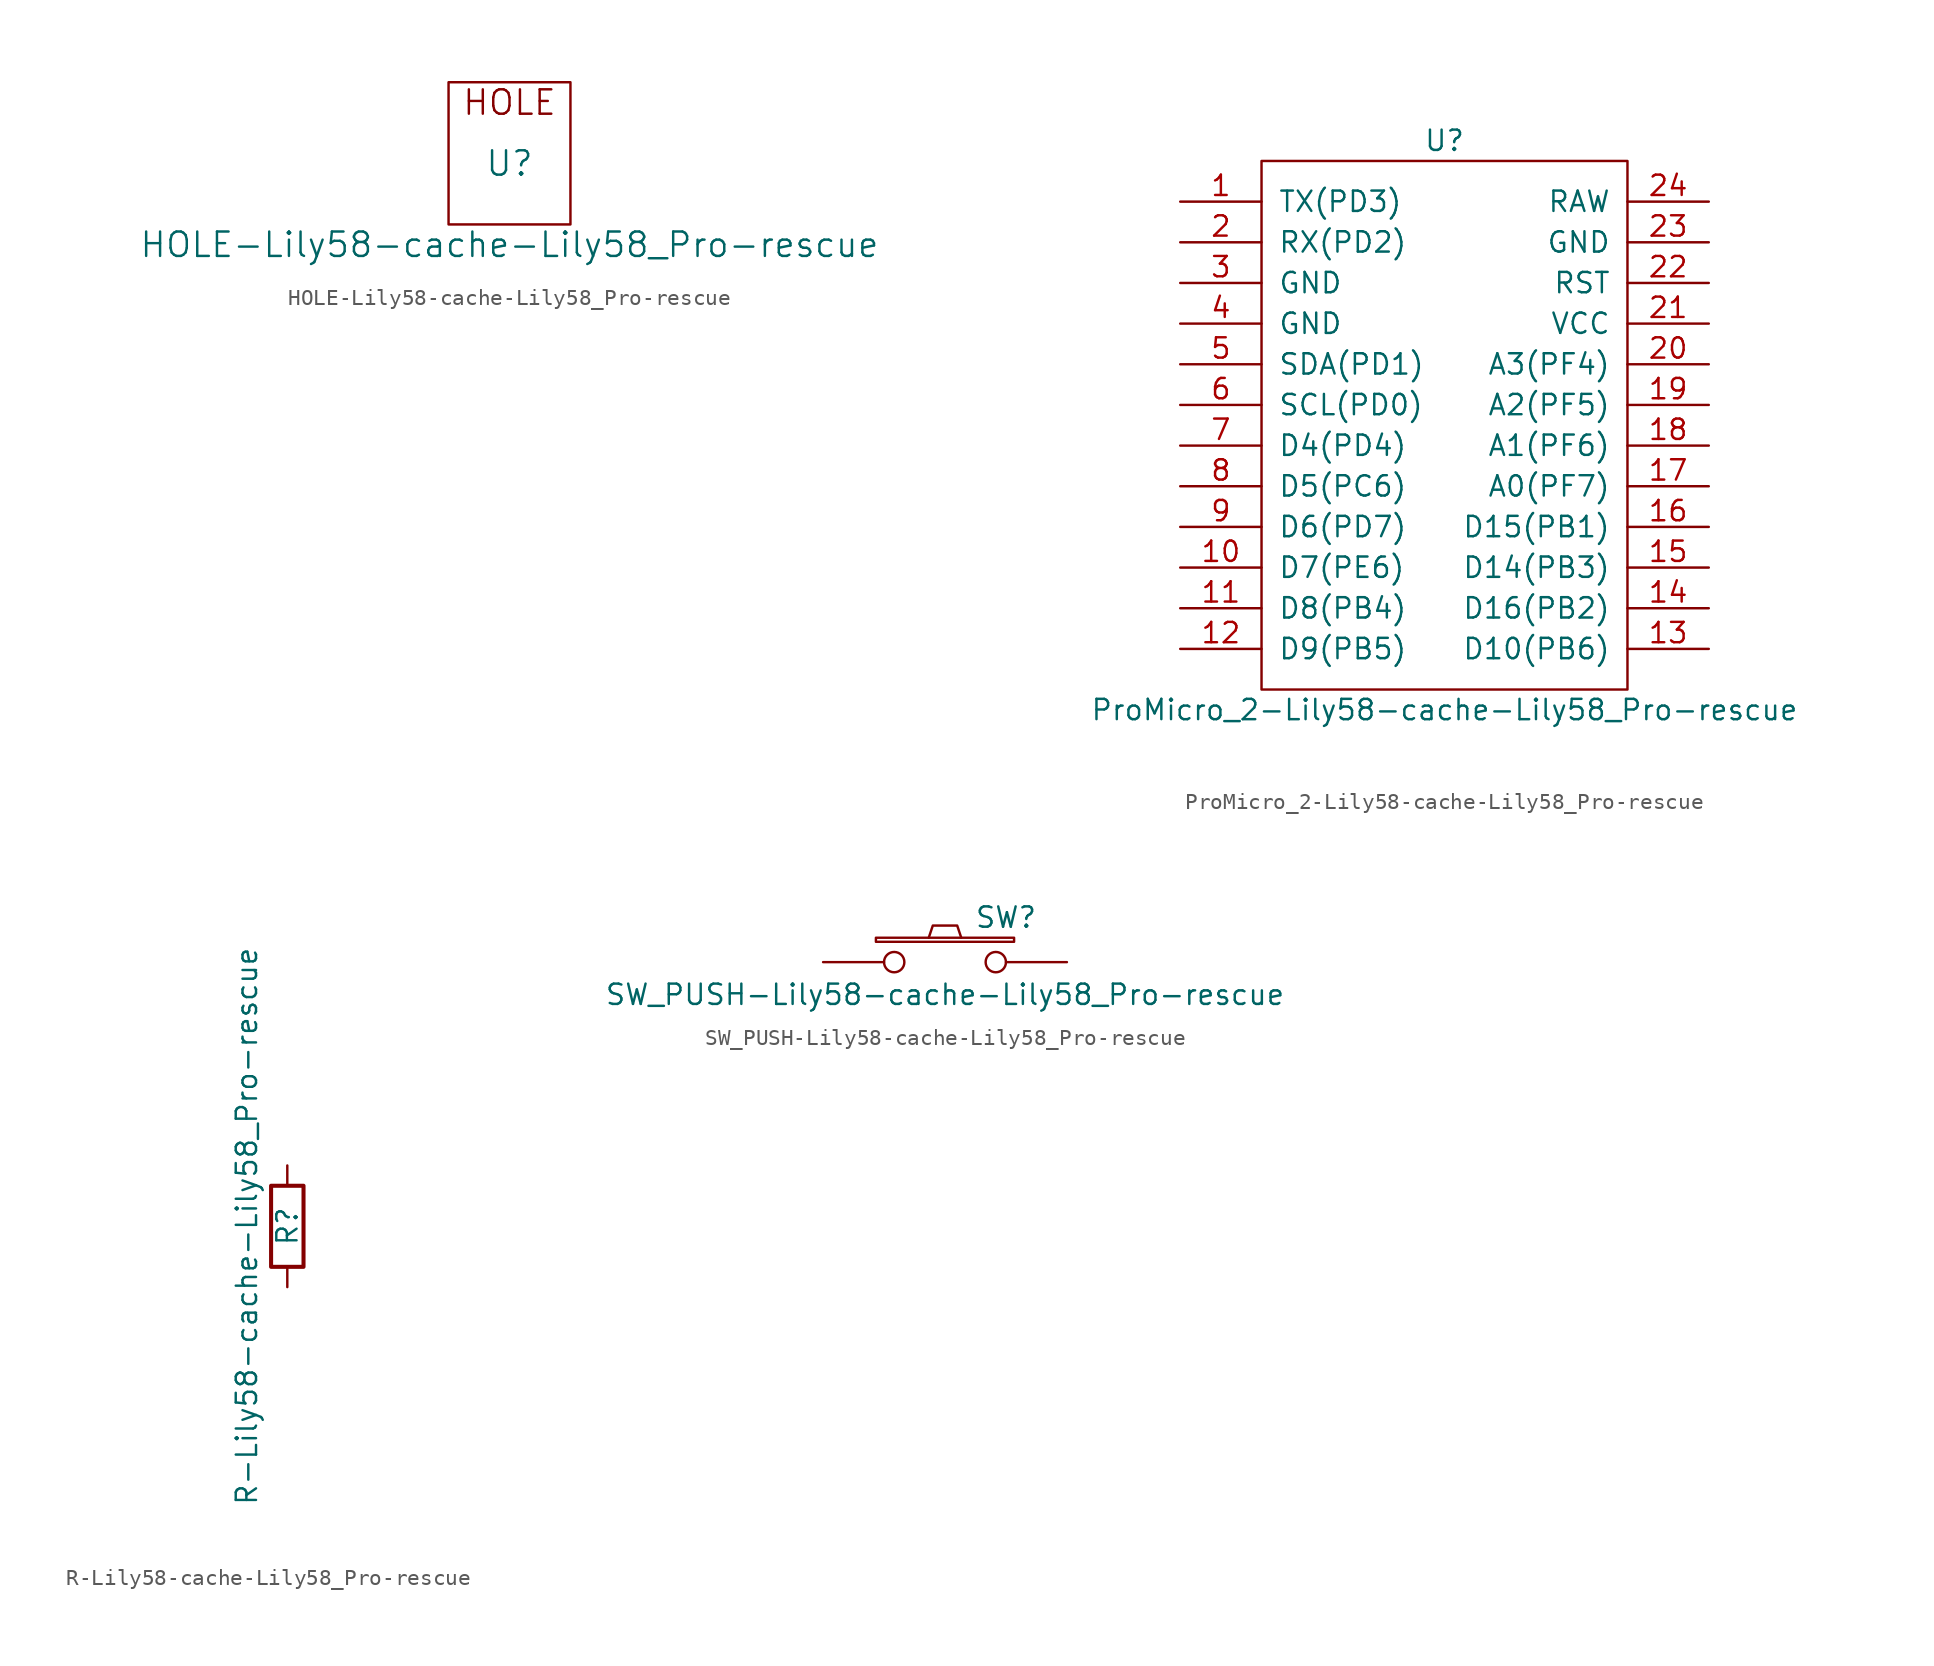
<source format=kicad_sym>
(kicad_symbol_lib
  (version 20220914)
  (generator kicad_symbol_editor)
  (symbol "HOLE-Lily58-cache-Lily58_Pro-rescue"
    (pin_names
      (offset 1.016))
    (property "Reference" "U"
      (at 0 0 0)
      (effects (font (size 1.524 1.524))))
    (property "Value" "HOLE-Lily58-cache-Lily58_Pro-rescue"
      (at 0 -5.08 0)
      (effects (font (size 1.524 1.524))))
    (property "Footprint" ""
      (at 0 0 0)
      (effects (font (size 1.524 1.524))))
    (property "Datasheet" ""
      (at 0 0 0)
      (effects (font (size 1.524 1.524))))
    (symbol "HOLE-Lily58-cache-Lily58_Pro-rescue_0_0"
      (text "HOLE" (at 0 3.81 0) (effects (font (size 1.524 1.524)))))
    (symbol "HOLE-Lily58-cache-Lily58_Pro-rescue_0_1"
      (rectangle (start 3.81 5.08) (end -3.81 -3.81) (stroke (width 0) (type default)) (fill (type none)))))
  (symbol "ProMicro_2-Lily58-cache-Lily58_Pro-rescue"
    (pin_names
      (offset 1.016))
    (property "Reference" "U"
      (at 0 17.78 0)
      (effects (font (size 1.27 1.27))))
    (property "Value" "ProMicro_2-Lily58-cache-Lily58_Pro-rescue"
      (at 0 -17.78 0)
      (effects (font (size 1.27 1.27))))
    (symbol "ProMicro_2-Lily58-cache-Lily58_Pro-rescue_0_1"
      (rectangle (start -11.43 16.51) (end 11.43 -16.51) (stroke (width 0) (type default)) (fill (type none))))
    (symbol "ProMicro_2-Lily58-cache-Lily58_Pro-rescue_1_1"
      (pin input line (at -16.51 13.97 0) (length 5.08) (name "TX(PD3)" (effects (font (size 1.27 1.27)))) (number "1" (effects (font (size 1.27 1.27)))))
      (pin input line (at -16.51 -8.89 0) (length 5.08) (name "D7(PE6)" (effects (font (size 1.27 1.27)))) (number "10" (effects (font (size 1.27 1.27)))))
      (pin input line (at -16.51 -11.43 0) (length 5.08) (name "D8(PB4)" (effects (font (size 1.27 1.27)))) (number "11" (effects (font (size 1.27 1.27)))))
      (pin input line (at -16.51 -13.97 0) (length 5.08) (name "D9(PB5)" (effects (font (size 1.27 1.27)))) (number "12" (effects (font (size 1.27 1.27)))))
      (pin input line (at 16.51 -13.97 180) (length 5.08) (name "D10(PB6)" (effects (font (size 1.27 1.27)))) (number "13" (effects (font (size 1.27 1.27)))))
      (pin input line (at 16.51 -11.43 180) (length 5.08) (name "D16(PB2)" (effects (font (size 1.27 1.27)))) (number "14" (effects (font (size 1.27 1.27)))))
      (pin input line (at 16.51 -8.89 180) (length 5.08) (name "D14(PB3)" (effects (font (size 1.27 1.27)))) (number "15" (effects (font (size 1.27 1.27)))))
      (pin input line (at 16.51 -6.35 180) (length 5.08) (name "D15(PB1)" (effects (font (size 1.27 1.27)))) (number "16" (effects (font (size 1.27 1.27)))))
      (pin input line (at 16.51 -3.81 180) (length 5.08) (name "A0(PF7)" (effects (font (size 1.27 1.27)))) (number "17" (effects (font (size 1.27 1.27)))))
      (pin input line (at 16.51 -1.27 180) (length 5.08) (name "A1(PF6)" (effects (font (size 1.27 1.27)))) (number "18" (effects (font (size 1.27 1.27)))))
      (pin input line (at 16.51 1.27 180) (length 5.08) (name "A2(PF5)" (effects (font (size 1.27 1.27)))) (number "19" (effects (font (size 1.27 1.27)))))
      (pin input line (at -16.51 11.43 0) (length 5.08) (name "RX(PD2)" (effects (font (size 1.27 1.27)))) (number "2" (effects (font (size 1.27 1.27)))))
      (pin input line (at 16.51 3.81 180) (length 5.08) (name "A3(PF4)" (effects (font (size 1.27 1.27)))) (number "20" (effects (font (size 1.27 1.27)))))
      (pin input line (at 16.51 6.35 180) (length 5.08) (name "VCC" (effects (font (size 1.27 1.27)))) (number "21" (effects (font (size 1.27 1.27)))))
      (pin input line (at 16.51 8.89 180) (length 5.08) (name "RST" (effects (font (size 1.27 1.27)))) (number "22" (effects (font (size 1.27 1.27)))))
      (pin input line (at 16.51 11.43 180) (length 5.08) (name "GND" (effects (font (size 1.27 1.27)))) (number "23" (effects (font (size 1.27 1.27)))))
      (pin input line (at 16.51 13.97 180) (length 5.08) (name "RAW" (effects (font (size 1.27 1.27)))) (number "24" (effects (font (size 1.27 1.27)))))
      (pin input line (at -16.51 8.89 0) (length 5.08) (name "GND" (effects (font (size 1.27 1.27)))) (number "3" (effects (font (size 1.27 1.27)))))
      (pin input line (at -16.51 6.35 0) (length 5.08) (name "GND" (effects (font (size 1.27 1.27)))) (number "4" (effects (font (size 1.27 1.27)))))
      (pin input line (at -16.51 3.81 0) (length 5.08) (name "SDA(PD1)" (effects (font (size 1.27 1.27)))) (number "5" (effects (font (size 1.27 1.27)))))
      (pin input line (at -16.51 1.27 0) (length 5.08) (name "SCL(PD0)" (effects (font (size 1.27 1.27)))) (number "6" (effects (font (size 1.27 1.27)))))
      (pin input line (at -16.51 -1.27 0) (length 5.08) (name "D4(PD4)" (effects (font (size 1.27 1.27)))) (number "7" (effects (font (size 1.27 1.27)))))
      (pin input line (at -16.51 -3.81 0) (length 5.08) (name "D5(PC6)" (effects (font (size 1.27 1.27)))) (number "8" (effects (font (size 1.27 1.27)))))
      (pin input line (at -16.51 -6.35 0) (length 5.08) (name "D6(PD7)" (effects (font (size 1.27 1.27)))) (number "9" (effects (font (size 1.27 1.27)))))))
  (symbol "R-Lily58-cache-Lily58_Pro-rescue"
    (pin_numbers hide)
    (pin_names
      (offset 0))
    (property "Reference" "R"
      (at 0 0 90)
      (effects (font (size 1.27 1.27))))
    (property "Value" "R-Lily58-cache-Lily58_Pro-rescue"
      (at -2.54 0 90)
      (effects (font (size 1.27 1.27))))
    (symbol "R-Lily58-cache-Lily58_Pro-rescue_0_1"
      (rectangle (start -1.016 -2.54) (end 1.016 2.54) (stroke (width 0.254) (type default)) (fill (type none))))
    (symbol "R-Lily58-cache-Lily58_Pro-rescue_1_1"
      (pin passive line (at 0 3.81 270) (length 1.27) (name "~" (effects (font (size 1.27 1.27)))) (number "1" (effects (font (size 1.27 1.27)))))
      (pin passive line (at 0 -3.81 90) (length 1.27) (name "~" (effects (font (size 1.27 1.27)))) (number "2" (effects (font (size 1.27 1.27)))))))
  (symbol "SW_PUSH-Lily58-cache-Lily58_Pro-rescue"
    (pin_numbers hide)
    (pin_names
      (offset 1.016) hide)
    (property "Reference" "SW"
      (at 3.81 2.794 0)
      (effects (font (size 1.27 1.27))))
    (property "Value" "SW_PUSH-Lily58-cache-Lily58_Pro-rescue"
      (at 0 -2.032 0)
      (effects (font (size 1.27 1.27))))
    (property "Footprint" ""
      (at 0 0 0)
      (effects (font (size 1.27 1.27))))
    (property "Datasheet" ""
      (at 0 0 0)
      (effects (font (size 1.27 1.27))))
    (symbol "SW_PUSH-Lily58-cache-Lily58_Pro-rescue_0_1"
      (rectangle (start -4.318 1.27) (end 4.318 1.524) (stroke (width 0) (type default)) (fill (type none)))
      (polyline (pts (xy -1.016 1.524) (xy -0.762 2.286) (xy 0.762 2.286) (xy 1.016 1.524)) (stroke (width 0) (type default)) (fill (type none)))
      (pin passive inverted (at -7.62 0 0) (length 5.08) (name "1" (effects (font (size 1.27 1.27)))) (number "1" (effects (font (size 1.27 1.27)))))
      (pin passive inverted (at 7.62 0 180) (length 5.08) (name "2" (effects (font (size 1.27 1.27)))) (number "2" (effects (font (size 1.27 1.27))))))))
</source>
